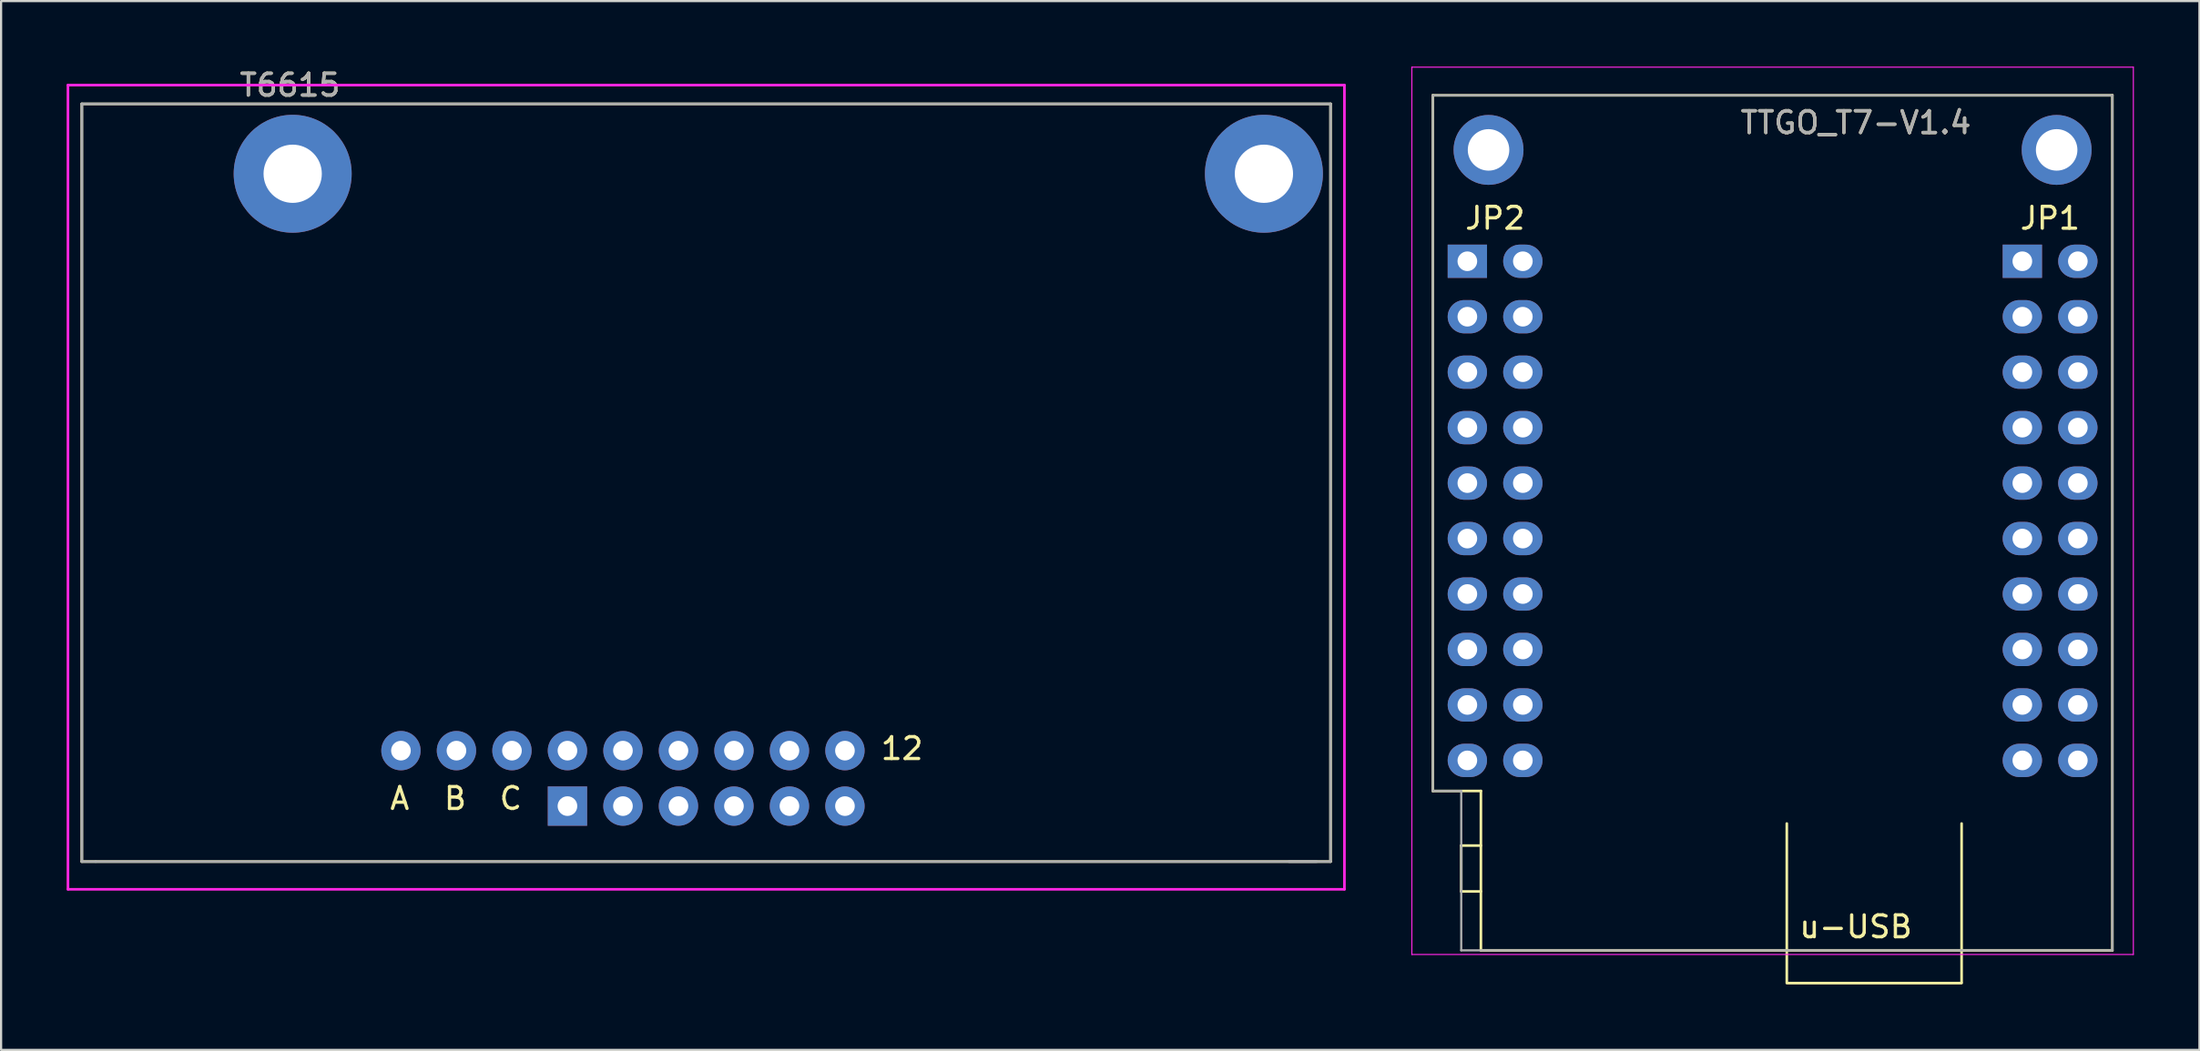
<source format=kicad_pcb>
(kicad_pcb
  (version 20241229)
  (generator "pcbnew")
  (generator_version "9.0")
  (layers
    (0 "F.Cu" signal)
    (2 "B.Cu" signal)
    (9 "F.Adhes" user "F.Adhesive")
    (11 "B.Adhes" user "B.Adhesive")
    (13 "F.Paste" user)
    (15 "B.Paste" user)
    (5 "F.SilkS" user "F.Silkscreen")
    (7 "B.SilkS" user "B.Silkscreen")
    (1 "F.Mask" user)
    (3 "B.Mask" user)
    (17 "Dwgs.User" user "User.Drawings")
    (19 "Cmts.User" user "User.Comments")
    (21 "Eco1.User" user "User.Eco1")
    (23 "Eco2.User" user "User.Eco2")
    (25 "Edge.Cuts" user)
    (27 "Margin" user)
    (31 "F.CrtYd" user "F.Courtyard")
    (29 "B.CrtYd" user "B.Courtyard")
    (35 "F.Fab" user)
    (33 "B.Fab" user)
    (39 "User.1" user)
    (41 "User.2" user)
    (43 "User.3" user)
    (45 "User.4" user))
  (footprint "T6615"
    (layer "F.Cu")
    (at 29.27 36.408)
    (property "Reference" "T6615" (at -19.05 -35.56 0) (layer "F.SilkS") (effects (font (size 1 1) (thickness 0.15))))
    (attr through_hole)
    (fp_line (start -28.575 -34.7) (end 28.575 -34.7) (stroke (width 0.12) (type solid)) (layer "F.SilkS"))
    (fp_line (start -28.575 0) (end -28.575 -34.7) (stroke (width 0.12) (type solid)) (layer "F.SilkS"))
    (fp_line (start 28.575 -34.7) (end 28.575 0) (stroke (width 0.12) (type solid)) (layer "F.SilkS"))
    (fp_line (start 28.575 0) (end -28.575 0) (stroke (width 0.12) (type solid)) (layer "F.SilkS"))
    (fp_line (start -29.21 -35.56) (end 29.21 -35.56) (stroke (width 0.12) (type solid)) (layer "F.CrtYd"))
    (fp_line (start -29.21 1.27) (end -29.21 -35.56) (stroke (width 0.12) (type solid)) (layer "F.CrtYd"))
    (fp_line (start 29.21 -35.56) (end 29.21 1.27) (stroke (width 0.12) (type solid)) (layer "F.CrtYd"))
    (fp_line (start 29.21 1.27) (end -29.21 1.27) (stroke (width 0.12) (type solid)) (layer "F.CrtYd"))
    (fp_line (start -28.575 -34.7) (end 28.575 -34.7) (stroke (width 0.12) (type solid)) (layer "F.Fab"))
    (fp_line (start -28.575 0) (end -28.575 -34.7) (stroke (width 0.12) (type solid)) (layer "F.Fab"))
    (fp_line (start -27.94 0) (end -28.575 0) (stroke (width 0.12) (type solid)) (layer "F.Fab"))
    (fp_line (start 26.67 0) (end 28.575 0) (stroke (width 0.12) (type solid)) (layer "F.Fab"))
    (fp_line (start 27.94 0) (end -27.94 0) (stroke (width 0.12) (type solid)) (layer "F.Fab"))
    (fp_line (start 28.575 -34.7) (end 28.575 0) (stroke (width 0.12) (type solid)) (layer "F.Fab"))
    (fp_text user "12" (at 8.961 -5.175 0) (layer "F.SilkS") (effects (font (size 1 1) (thickness 0.15))))
    (fp_text user "B" (at -11.486 -2.889 0) (layer "F.SilkS") (effects (font (size 1 1) (thickness 0.15))))
    (fp_text user "A" (at -14.026 -2.889 0) (layer "F.SilkS") (effects (font (size 1 1) (thickness 0.15))))
    (fp_text user "C" (at -8.946 -2.889 0) (layer "F.SilkS") (effects (font (size 1 1) (thickness 0.15))))
    (fp_text user "${REFERENCE}" (at -19.05 -35.56 0) (layer "F.Fab") (effects (font (size 1 1) (thickness 0.15))))
    (pad "1" thru_hole rect (at -6.35 -2.54) (size 1.8 1.8) (drill 0.9) (layers "*.Cu" "*.Mask"))
    (pad "2" thru_hole circle (at -6.35 -5.08) (size 1.8 1.8) (drill 0.9) (layers "*.Cu" "*.Mask"))
    (pad "3" thru_hole circle (at -3.81 -2.54) (size 1.8 1.8) (drill 0.9) (layers "*.Cu" "*.Mask"))
    (pad "4" thru_hole circle (at -3.81 -5.08) (size 1.8 1.8) (drill 0.9) (layers "*.Cu" "*.Mask"))
    (pad "5" thru_hole circle (at -1.27 -2.54) (size 1.8 1.8) (drill 0.9) (layers "*.Cu" "*.Mask"))
    (pad "6" thru_hole circle (at -1.27 -5.08) (size 1.8 1.8) (drill 0.9) (layers "*.Cu" "*.Mask"))
    (pad "7" thru_hole circle (at 1.27 -2.54) (size 1.8 1.8) (drill 0.9) (layers "*.Cu" "*.Mask"))
    (pad "8" thru_hole circle (at 1.27 -5.08) (size 1.8 1.8) (drill 0.9) (layers "*.Cu" "*.Mask"))
    (pad "9" thru_hole circle (at 3.81 -2.54) (size 1.8 1.8) (drill 0.9) (layers "*.Cu" "*.Mask"))
    (pad "10" thru_hole circle (at 3.81 -5.08) (size 1.8 1.8) (drill 0.9) (layers "*.Cu" "*.Mask"))
    (pad "11" thru_hole circle (at 6.35 -2.54) (size 1.8 1.8) (drill 0.9) (layers "*.Cu" "*.Mask"))
    (pad "12" thru_hole circle (at 6.35 -5.08) (size 1.8 1.8) (drill 0.9) (layers "*.Cu" "*.Mask"))
    (pad "A" thru_hole circle (at -13.97 -5.08) (size 1.8 1.8) (drill 0.9) (layers "*.Cu" "*.Mask"))
    (pad "B" thru_hole circle (at -11.43 -5.08) (size 1.8 1.8) (drill 0.9) (layers "*.Cu" "*.Mask"))
    (pad "C" thru_hole circle (at -8.89 -5.08) (size 1.8 1.8) (drill 0.9) (layers "*.Cu" "*.Mask"))
    (pad "H1" thru_hole circle (at -18.925 -31.5) (size 5.4 5.4) (drill 2.667) (layers "*.Cu" "*.Mask"))
    (pad "H2" thru_hole circle (at 25.525 -31.5) (size 5.4 5.4) (drill 2.667) (layers "*.Cu" "*.Mask")))
  (footprint "TTGO_T7-V1.4"
    (layer "F.Cu")
    (at 78.075 20.345)
    (property "Reference" "TTGO_T7-V1.4" (at 3.81 -17.78 0) (layer "F.SilkS") (effects (font (size 1 1) (thickness 0.15))))
    (attr through_hole)
    (fp_line (start -15.55 -19.03) (end 15.55 -19.03) (stroke (width 0.12) (type solid)) (layer "F.SilkS"))
    (fp_line (start -15.55 12.83) (end -15.55 -19.03) (stroke (width 0.12) (type solid)) (layer "F.SilkS"))
    (fp_line (start -14.25 15.33) (end -14.25 17.43) (stroke (width 0.12) (type solid)) (layer "F.SilkS"))
    (fp_line (start -14.25 15.33) (end -13.35 15.33) (stroke (width 0.12) (type solid)) (layer "F.SilkS"))
    (fp_line (start -13.35 12.83) (end -15.55 12.83) (stroke (width 0.12) (type solid)) (layer "F.SilkS"))
    (fp_line (start -13.35 17.43) (end -14.25 17.43) (stroke (width 0.12) (type solid)) (layer "F.SilkS"))
    (fp_line (start -13.35 20.13) (end -13.35 12.83) (stroke (width 0.12) (type solid)) (layer "F.SilkS"))
    (fp_line (start 0.65 21.59) (end 0.65 14.32) (stroke (width 0.12) (type solid)) (layer "F.SilkS"))
    (fp_line (start 0.65 21.63) (end 8.65 21.63) (stroke (width 0.12) (type solid)) (layer "F.SilkS"))
    (fp_line (start 8.65 21.59) (end 8.65 14.32) (stroke (width 0.12) (type solid)) (layer "F.SilkS"))
    (fp_line (start 15.55 -19.03) (end 15.55 20.13) (stroke (width 0.12) (type solid)) (layer "F.SilkS"))
    (fp_line (start 15.55 20.13) (end -13.35 20.13) (stroke (width 0.12) (type solid)) (layer "F.SilkS"))
    (fp_line (start -16.51 -20.32) (end 16.51 -20.32) (stroke (width 0.05) (type solid)) (layer "F.CrtYd"))
    (fp_line (start -16.51 20.32) (end -16.51 -20.32) (stroke (width 0.05) (type solid)) (layer "F.CrtYd"))
    (fp_line (start 16.51 -20.32) (end 16.51 20.32) (stroke (width 0.05) (type solid)) (layer "F.CrtYd"))
    (fp_line (start 16.51 20.32) (end -16.51 20.32) (stroke (width 0.05) (type solid)) (layer "F.CrtYd"))
    (fp_line (start -15.55 -19.03) (end 15.55 -19.03) (stroke (width 0.1) (type solid)) (layer "F.Fab"))
    (fp_line (start -15.55 12.83) (end -15.55 -19.03) (stroke (width 0.1) (type solid)) (layer "F.Fab"))
    (fp_line (start -14.25 12.83) (end -15.55 12.83) (stroke (width 0.1) (type solid)) (layer "F.Fab"))
    (fp_line (start -14.25 20.13) (end -14.25 12.83) (stroke (width 0.1) (type solid)) (layer "F.Fab"))
    (fp_line (start 15.55 -19.03) (end 15.55 20.13) (stroke (width 0.1) (type solid)) (layer "F.Fab"))
    (fp_line (start 15.55 20.13) (end -14.25 20.13) (stroke (width 0.1) (type solid)) (layer "F.Fab"))
    (fp_text user "u-USB" (at 3.81 19.05 0) (layer "F.SilkS") (effects (font (size 1 1) (thickness 0.15))))
    (fp_text user "JP2" (at -12.7 -13.4 0) (layer "F.SilkS") (effects (font (size 1 1) (thickness 0.15))))
    (fp_text user "JP1" (at 12.7 -13.4 0) (layer "F.SilkS") (effects (font (size 1 1) (thickness 0.15))))
    (fp_text user "${REFERENCE}" (at 3.81 -17.78 0) (layer "F.Fab") (effects (font (size 1 1) (thickness 0.15))))
    (pad "A1" thru_hole rect (at -13.97 -11.43) (size 1.8 1.524) (drill 0.9) (layers "*.Cu" "*.Mask"))
    (pad "A2" thru_hole oval (at -13.97 -8.89) (size 1.8 1.524) (drill 0.9) (layers "*.Cu" "*.Mask"))
    (pad "A3" thru_hole oval (at -13.97 -6.35) (size 1.8 1.524) (drill 0.9) (layers "*.Cu" "*.Mask"))
    (pad "A4" thru_hole oval (at -13.97 -3.81) (size 1.8 1.524) (drill 0.9) (layers "*.Cu" "*.Mask"))
    (pad "A5" thru_hole oval (at -13.97 -1.27) (size 1.8 1.524) (drill 0.9) (layers "*.Cu" "*.Mask"))
    (pad "A6" thru_hole oval (at -13.97 1.27) (size 1.8 1.524) (drill 0.9) (layers "*.Cu" "*.Mask"))
    (pad "A7" thru_hole oval (at -13.97 3.81) (size 1.8 1.524) (drill 0.9) (layers "*.Cu" "*.Mask"))
    (pad "A8" thru_hole oval (at -13.97 6.35) (size 1.8 1.524) (drill 0.9) (layers "*.Cu" "*.Mask"))
    (pad "A9" thru_hole oval (at -13.97 8.89) (size 1.8 1.524) (drill 0.9) (layers "*.Cu" "*.Mask"))
    (pad "A10" thru_hole oval (at -13.97 11.43) (size 1.8 1.524) (drill 0.9) (layers "*.Cu" "*.Mask"))
    (pad "A11" thru_hole oval (at -11.43 11.43) (size 1.8 1.524) (drill 0.9) (layers "*.Cu" "*.Mask"))
    (pad "A12" thru_hole oval (at -11.43 8.89) (size 1.8 1.524) (drill 0.9) (layers "*.Cu" "*.Mask"))
    (pad "A13" thru_hole oval (at -11.43 6.35) (size 1.8 1.524) (drill 0.9) (layers "*.Cu" "*.Mask"))
    (pad "A14" thru_hole oval (at -11.43 3.81) (size 1.8 1.524) (drill 0.9) (layers "*.Cu" "*.Mask"))
    (pad "A15" thru_hole oval (at -11.43 1.27) (size 1.8 1.524) (drill 0.9) (layers "*.Cu" "*.Mask"))
    (pad "A16" thru_hole oval (at -11.43 -1.27) (size 1.8 1.524) (drill 0.9) (layers "*.Cu" "*.Mask"))
    (pad "A17" thru_hole oval (at -11.43 -3.81) (size 1.8 1.524) (drill 0.9) (layers "*.Cu" "*.Mask"))
    (pad "A18" thru_hole oval (at -11.43 -6.35) (size 1.8 1.524) (drill 0.9) (layers "*.Cu" "*.Mask"))
    (pad "A19" thru_hole oval (at -11.43 -8.89) (size 1.8 1.524) (drill 0.9) (layers "*.Cu" "*.Mask"))
    (pad "A20" thru_hole oval (at -11.43 -11.43) (size 1.8 1.524) (drill 0.9) (layers "*.Cu" "*.Mask"))
    (pad "B1" thru_hole rect (at 11.43 -11.43) (size 1.8 1.524) (drill 0.9) (layers "*.Cu" "*.Mask"))
    (pad "B2" thru_hole oval (at 11.43 -8.89) (size 1.8 1.524) (drill 0.9) (layers "*.Cu" "*.Mask"))
    (pad "B3" thru_hole oval (at 11.43 -6.35) (size 1.8 1.524) (drill 0.9) (layers "*.Cu" "*.Mask"))
    (pad "B4" thru_hole oval (at 11.43 -3.81) (size 1.8 1.524) (drill 0.9) (layers "*.Cu" "*.Mask"))
    (pad "B5" thru_hole oval (at 11.43 -1.27) (size 1.8 1.524) (drill 0.9) (layers "*.Cu" "*.Mask"))
    (pad "B6" thru_hole oval (at 11.43 1.27) (size 1.8 1.524) (drill 0.9) (layers "*.Cu" "*.Mask"))
    (pad "B7" thru_hole oval (at 11.43 3.81) (size 1.8 1.524) (drill 0.9) (layers "*.Cu" "*.Mask"))
    (pad "B8" thru_hole oval (at 11.43 6.35) (size 1.8 1.524) (drill 0.9) (layers "*.Cu" "*.Mask"))
    (pad "B9" thru_hole oval (at 11.43 8.89) (size 1.8 1.524) (drill 0.9) (layers "*.Cu" "*.Mask"))
    (pad "B10" thru_hole oval (at 11.43 11.43) (size 1.8 1.524) (drill 0.9) (layers "*.Cu" "*.Mask"))
    (pad "B11" thru_hole oval (at 13.97 11.43) (size 1.8 1.524) (drill 0.9) (layers "*.Cu" "*.Mask"))
    (pad "B12" thru_hole oval (at 13.97 8.89) (size 1.8 1.524) (drill 0.9) (layers "*.Cu" "*.Mask"))
    (pad "B13" thru_hole oval (at 13.97 6.35) (size 1.8 1.524) (drill 0.9) (layers "*.Cu" "*.Mask"))
    (pad "B14" thru_hole oval (at 13.97 3.81) (size 1.8 1.524) (drill 0.9) (layers "*.Cu" "*.Mask"))
    (pad "B15" thru_hole oval (at 13.97 1.27) (size 1.8 1.524) (drill 0.9) (layers "*.Cu" "*.Mask"))
    (pad "B16" thru_hole oval (at 13.97 -1.27) (size 1.8 1.524) (drill 0.9) (layers "*.Cu" "*.Mask"))
    (pad "B17" thru_hole oval (at 13.97 -3.81) (size 1.8 1.524) (drill 0.9) (layers "*.Cu" "*.Mask"))
    (pad "B18" thru_hole oval (at 13.97 -6.35) (size 1.8 1.524) (drill 0.9) (layers "*.Cu" "*.Mask"))
    (pad "B19" thru_hole oval (at 13.97 -8.89) (size 1.8 1.524) (drill 0.9) (layers "*.Cu" "*.Mask"))
    (pad "B20" thru_hole oval (at 13.97 -11.43) (size 1.8 1.524) (drill 0.9) (layers "*.Cu" "*.Mask"))
    (pad "H1" thru_hole oval (at -13 -16.53) (size 3.2 3.2) (drill 1.9) (layers "*.Cu" "*.Mask"))
    (pad "H2" thru_hole oval (at 13 -16.53) (size 3.2 3.2) (drill 1.9) (layers "*.Cu" "*.Mask")))
  (gr_rect
    (start -3 -3)
    (end 97.61 45.035)
    (stroke (width 0.1) (type default))
    (fill no)
    (layer "Edge.Cuts")))
</source>
